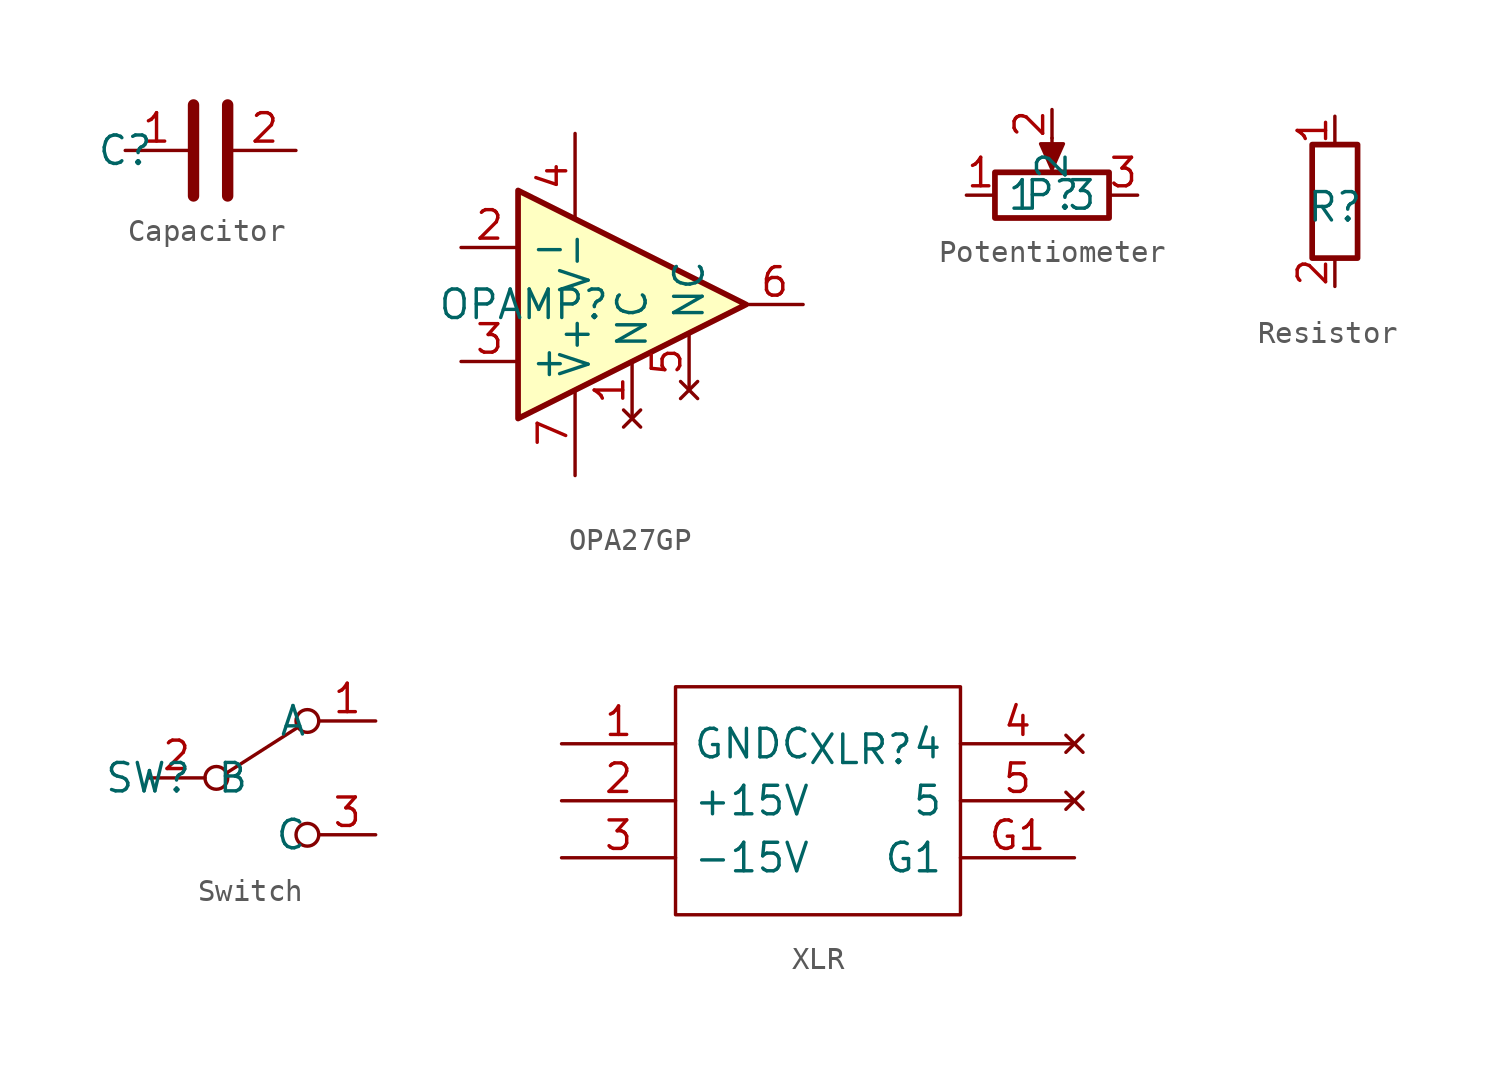
<source format=kicad_sym>
(kicad_symbol_lib
  (version 20220914)
  (generator kicad_symbol_editor)
  (symbol "Capacitor"
    (property "Reference" "C"
      (at 0 0 0)
      (effects (font (size 1.27 1.27))))
    (symbol "Capacitor_0_1"
      (polyline (pts (xy 3.048 -2.032) (xy 3.048 2.032)) (stroke (width 0.508) (type default)) (fill (type none)))
      (polyline (pts (xy 4.572 -2.032) (xy 4.572 2.032)) (stroke (width 0.508) (type default)) (fill (type none))))
    (symbol "Capacitor_1_1"
      (pin passive line (at 0 0 0) (length 2.794) (name "~" (effects (font (size 1.27 1.27)))) (number "1" (effects (font (size 1.27 1.27)))))
      (pin passive line (at 7.62 0 180) (length 2.794) (name "~" (effects (font (size 1.27 1.27)))) (number "2" (effects (font (size 1.27 1.27)))))))
  (symbol "OPA27GP"
    (property "Reference" "OPAMP"
      (at 2.794 2.54 0)
      (effects (font (size 1.27 1.27))))
    (symbol "OPA27GP_0_1"
      (polyline (pts (xy 12.7 2.54) (xy 2.54 7.62) (xy 2.54 -2.54) (xy 12.7 2.54)) (stroke (width 0.254) (type default)) (fill (type background))))
    (symbol "OPA27GP_1_1"
      (pin no_connect line (at 7.62 -2.54 90) (length 2.54) (name "NC" (effects (font (size 1.27 1.27)))) (number "1" (effects (font (size 1.27 1.27)))))
      (pin input line (at 0 5.08 0) (length 2.54) (name "-" (effects (font (size 1.27 1.27)))) (number "2" (effects (font (size 1.27 1.27)))))
      (pin input line (at 0 0 0) (length 2.54) (name "+" (effects (font (size 1.27 1.27)))) (number "3" (effects (font (size 1.27 1.27)))))
      (pin power_in line (at 5.08 10.16 270) (length 3.81) (name "V-" (effects (font (size 1.27 1.27)))) (number "4" (effects (font (size 1.27 1.27)))))
      (pin no_connect line (at 10.16 -1.27 90) (length 2.54) (name "NC" (effects (font (size 1.27 1.27)))) (number "5" (effects (font (size 1.27 1.27)))))
      (pin output line (at 15.24 2.54 180) (length 2.54) (name "~" (effects (font (size 1.27 1.27)))) (number "6" (effects (font (size 1.27 1.27)))))
      (pin power_in line (at 5.08 -5.08 90) (length 3.81) (name "V+" (effects (font (size 1.27 1.27)))) (number "7" (effects (font (size 1.27 1.27)))))))
  (symbol "Potentiometer"
    (property "Reference" "P"
      (at 3.81 0 0)
      (effects (font (size 1.27 1.27))))
    (symbol "Potentiometer_0_1"
      (polyline (pts (xy 3.81 2.54) (xy 3.81 1.524)) (stroke (width 0) (type default)) (fill (type none)))
      (polyline (pts (xy 3.81 1.143) (xy 3.302 2.286) (xy 4.318 2.286) (xy 3.81 1.143)) (stroke (width 0) (type default)) (fill (type outline)))
      (rectangle (start 1.27 1.016) (end 6.35 -1.016) (stroke (width 0.254) (type default)) (fill (type none))))
    (symbol "Potentiometer_1_1"
      (pin passive line (at 0 0 0) (length 1.27) (name "1" (effects (font (size 1.27 1.27)))) (number "1" (effects (font (size 1.27 1.27)))))
      (pin passive line (at 3.81 3.81 270) (length 1.27) (name "2" (effects (font (size 1.27 1.27)))) (number "2" (effects (font (size 1.27 1.27)))))
      (pin passive line (at 7.62 0 180) (length 1.27) (name "3" (effects (font (size 1.27 1.27)))) (number "3" (effects (font (size 1.27 1.27)))))))
  (symbol "Resistor"
    (property "Reference" "R"
      (at 0 3.556 0)
      (effects (font (size 1.27 1.27))))
    (symbol "Resistor_0_1"
      (rectangle (start -1.016 1.27) (end 1.016 6.35) (stroke (width 0.254) (type default)) (fill (type none))))
    (symbol "Resistor_1_1"
      (pin passive line (at 0 7.62 270) (length 1.27) (name "~" (effects (font (size 1.27 1.27)))) (number "1" (effects (font (size 1.27 1.27)))))
      (pin passive line (at 0 0 90) (length 1.27) (name "~" (effects (font (size 1.27 1.27)))) (number "2" (effects (font (size 1.27 1.27)))))))
  (symbol "Switch"
    (property "Reference" "SW"
      (at 0 0 0)
      (effects (font (size 1.27 1.27))))
    (symbol "Switch_0_0"
      (circle (center 3.048 0) (radius 0.508) (stroke (width 0) (type default)) (fill (type none)))
      (circle (center 7.112 -2.54) (radius 0.508) (stroke (width 0) (type default)) (fill (type none))))
    (symbol "Switch_0_1"
      (polyline (pts (xy 3.556 0.254) (xy 6.731 2.286)) (stroke (width 0) (type default)) (fill (type none)))
      (circle (center 7.112 2.54) (radius 0.508) (stroke (width 0) (type default)) (fill (type none))))
    (symbol "Switch_1_1"
      (pin passive line (at 10.16 2.54 180) (length 2.54) (name "A" (effects (font (size 1.27 1.27)))) (number "1" (effects (font (size 1.27 1.27)))))
      (pin passive line (at 0 0 0) (length 2.54) (name "B" (effects (font (size 1.27 1.27)))) (number "2" (effects (font (size 1.27 1.27)))))
      (pin passive line (at 10.16 -2.54 180) (length 2.54) (name "C" (effects (font (size 1.27 1.27)))) (number "3" (effects (font (size 1.27 1.27)))))))
  (symbol "XLR"
    (pin_names
      (offset 0.762))
    (property "Reference" "XLR"
      (at 10.922 -0.254 0)
      (effects (font (size 1.27 1.27)) (justify left)))
    (symbol "XLR_0_1"
      (polyline (pts (xy 5.08 2.54) (xy 17.78 2.54) (xy 17.78 -7.62) (xy 5.08 -7.62) (xy 5.08 2.54)) (stroke (width 0.152) (type solid)) (fill (type none))))
    (symbol "XLR_1_0"
      (pin passive line (at 0 0 0) (length 5.08) (name "GNDC" (effects (font (size 1.27 1.27)))) (number "1" (effects (font (size 1.27 1.27)))))
      (pin passive line (at 0 -2.54 0) (length 5.08) (name "+15V" (effects (font (size 1.27 1.27)))) (number "2" (effects (font (size 1.27 1.27)))))
      (pin passive line (at 0 -5.08 0) (length 5.08) (name "-15V" (effects (font (size 1.27 1.27)))) (number "3" (effects (font (size 1.27 1.27)))))
      (pin no_connect line (at 22.86 0 180) (length 5.08) (name "4" (effects (font (size 1.27 1.27)))) (number "4" (effects (font (size 1.27 1.27)))))
      (pin no_connect line (at 22.86 -2.54 180) (length 5.08) (name "5" (effects (font (size 1.27 1.27)))) (number "5" (effects (font (size 1.27 1.27)))))
      (pin passive line (at 22.86 -5.08 180) (length 5.08) (name "G1" (effects (font (size 1.27 1.27)))) (number "G1" (effects (font (size 1.27 1.27))))))))
</source>
